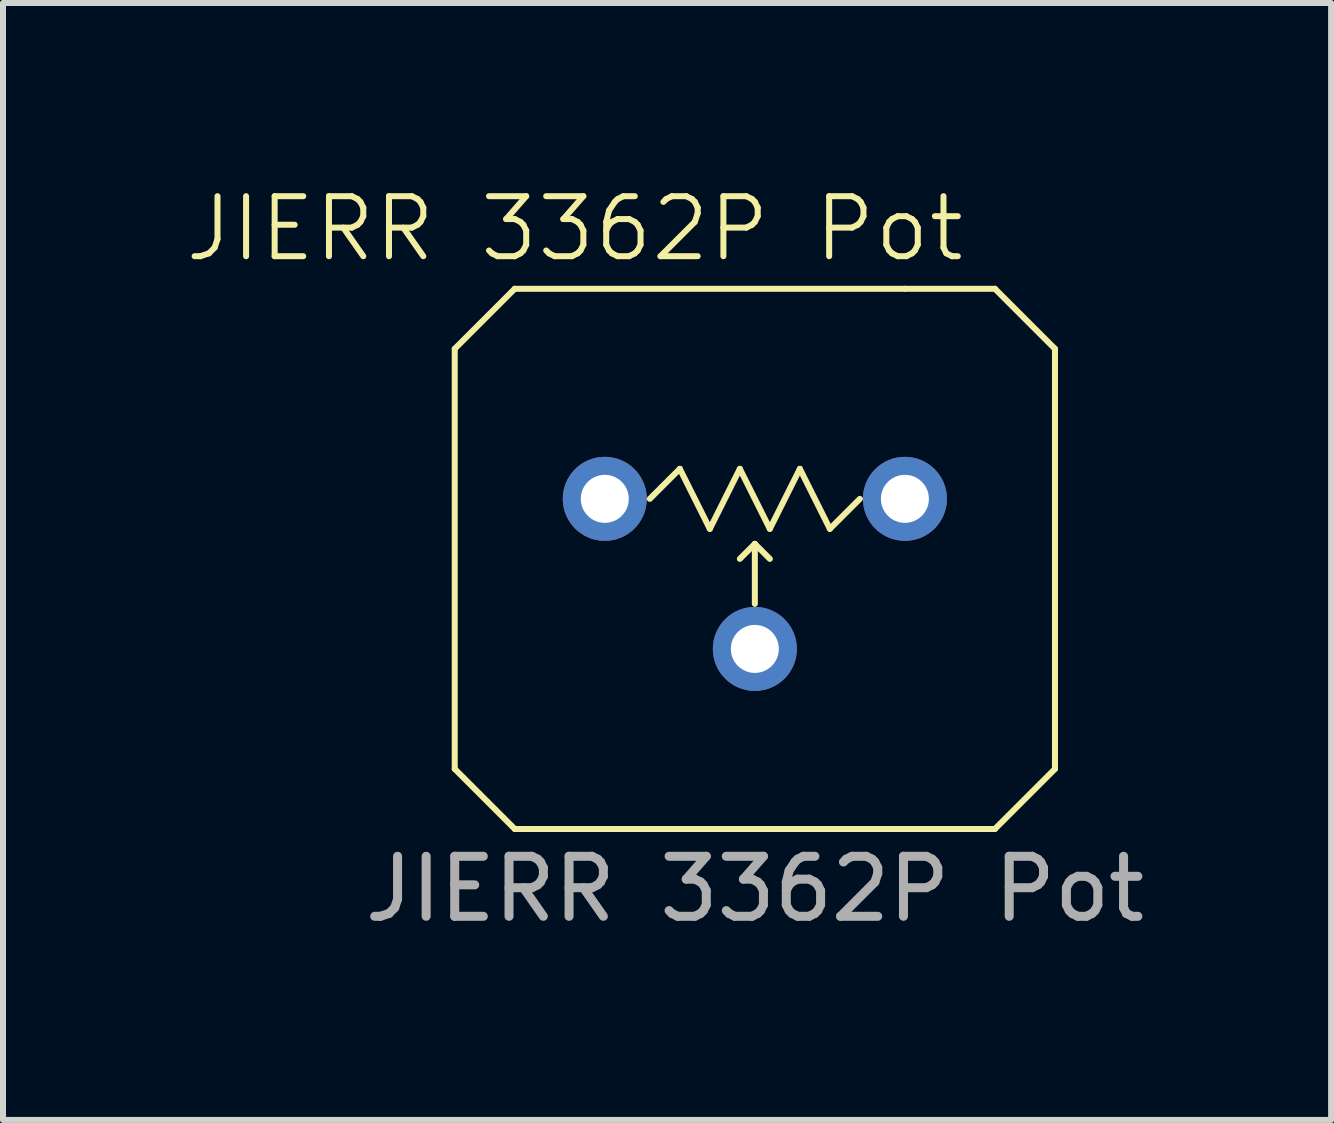
<source format=kicad_pcb>
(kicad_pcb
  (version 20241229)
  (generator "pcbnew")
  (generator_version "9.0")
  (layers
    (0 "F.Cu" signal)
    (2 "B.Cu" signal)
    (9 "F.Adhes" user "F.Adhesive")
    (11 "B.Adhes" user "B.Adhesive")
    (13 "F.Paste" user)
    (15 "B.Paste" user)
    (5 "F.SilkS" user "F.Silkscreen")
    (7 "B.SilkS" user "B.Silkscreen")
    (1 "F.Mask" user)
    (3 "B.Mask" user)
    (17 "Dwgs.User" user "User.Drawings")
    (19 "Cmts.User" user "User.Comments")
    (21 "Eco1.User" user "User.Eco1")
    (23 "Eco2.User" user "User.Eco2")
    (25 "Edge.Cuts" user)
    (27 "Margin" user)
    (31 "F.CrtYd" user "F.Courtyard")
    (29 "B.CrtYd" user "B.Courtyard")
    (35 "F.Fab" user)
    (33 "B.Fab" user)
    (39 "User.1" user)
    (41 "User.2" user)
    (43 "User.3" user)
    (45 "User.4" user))
  (footprint "JIERR 3362P Pot"
    (layer "F.Cu")
    (at 9.526 7.761)
    (property "Reference" "JIERR 3362P Pot" (at -3 -7 0) (unlocked yes) (layer "F.SilkS") (effects (font (size 1 1) (thickness 0.1))))
    (attr through_hole)
    (fp_line (start -5 2) (end -5 -5) (stroke (width 0.1) (type default)) (layer "F.SilkS"))
    (fp_line (start -5 2) (end -4 3) (stroke (width 0.1) (type default)) (layer "F.SilkS"))
    (fp_line (start -4 -6) (end -5 -5) (stroke (width 0.1) (type default)) (layer "F.SilkS"))
    (fp_line (start -1.75 -2.5) (end -1.25 -3) (stroke (width 0.1) (type default)) (layer "F.SilkS"))
    (fp_line (start -1.25 -3) (end -0.75 -2) (stroke (width 0.1) (type default)) (layer "F.SilkS"))
    (fp_line (start -0.75 -2) (end -0.25 -3) (stroke (width 0.1) (type default)) (layer "F.SilkS"))
    (fp_line (start -0.25 -3) (end 0.25 -2) (stroke (width 0.1) (type default)) (layer "F.SilkS"))
    (fp_line (start 0 -1.75) (end -0.25 -1.5) (stroke (width 0.1) (type default)) (layer "F.SilkS"))
    (fp_line (start 0 -1.75) (end 0.25 -1.5) (stroke (width 0.1) (type default)) (layer "F.SilkS"))
    (fp_line (start 0 -0.75) (end 0 -1.75) (stroke (width 0.1) (type default)) (layer "F.SilkS"))
    (fp_line (start 0.25 -2) (end 0.75 -3) (stroke (width 0.1) (type default)) (layer "F.SilkS"))
    (fp_line (start 0.75 -3) (end 1.25 -2) (stroke (width 0.1) (type default)) (layer "F.SilkS"))
    (fp_line (start 1.25 -2) (end 1.75 -2.5) (stroke (width 0.1) (type default)) (layer "F.SilkS"))
    (fp_line (start 2.5 -6) (end -4 -6) (stroke (width 0.1) (type solid)) (layer "F.SilkS"))
    (fp_line (start 2.5 -6) (end 4 -6) (stroke (width 0.1) (type default)) (layer "F.SilkS"))
    (fp_line (start 4 3) (end -4 3) (stroke (width 0.1) (type default)) (layer "F.SilkS"))
    (fp_line (start 5 -5) (end 4 -6) (stroke (width 0.1) (type default)) (layer "F.SilkS"))
    (fp_line (start 5 -5) (end 5 2) (stroke (width 0.1) (type default)) (layer "F.SilkS"))
    (fp_line (start 5 2) (end 4 3) (stroke (width 0.1) (type default)) (layer "F.SilkS"))
    (fp_text user "${REFERENCE}" (at 0 4 0) (unlocked yes) (layer "F.Fab") (effects (font (size 1 1) (thickness 0.15))))
    (pad "1" thru_hole circle (at -2.5 -2.5) (size 1.4 1.4) (drill 0.8) (layers "*.Cu" "*.Mask"))
    (pad "2" thru_hole circle (at 0 0) (size 1.4 1.4) (drill 0.8) (layers "*.Cu" "*.Mask"))
    (pad "3" thru_hole circle (at 2.5 -2.5) (size 1.4 1.4) (drill 0.8) (layers "*.Cu" "*.Mask")))
  (gr_rect
    (start -3 -3)
    (end 19.127 15.609)
    (stroke (width 0.1) (type default))
    (fill no)
    (layer "Edge.Cuts")))
</source>
